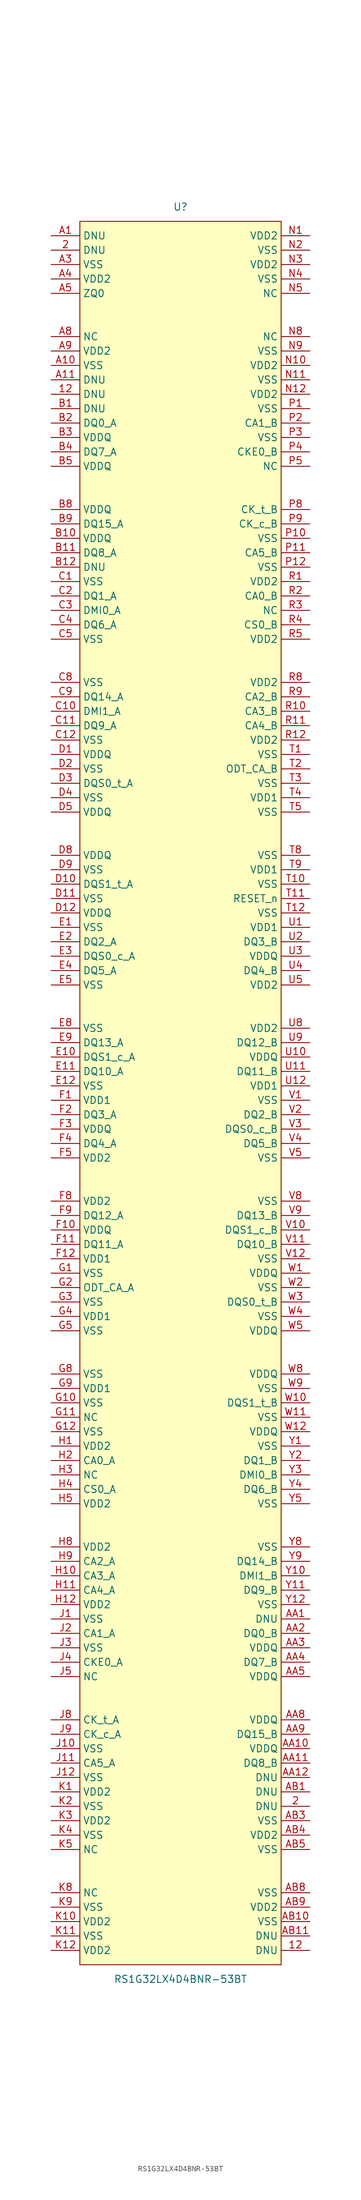
<source format=kicad_sym>
(kicad_symbol_lib
  (version 20241209)
  (generator "kicad_symbol_editor")
  (generator_version "9.0")
  (symbol "RS1G32LX4D4BNR-53BT"
    (property "Reference" "U"
      (at 0 157.48 0)
      (effects (font (size 1.27 1.27))))
    (property "Value" "RS1G32LX4D4BNR-53BT"
      (at 0 -154.94 0)
      (effects (font (size 1.27 1.27))))
    (symbol "RS1G32LX4D4BNR-53BT_0_1"
      (rectangle (start -17.78 154.94) (end 17.78 -152.4) (stroke (width 0) (type default)) (fill (type background)))
      (pin unspecified line (at -22.86 152.4 0) (length 5.08) (name "DNU" (effects (font (size 1.27 1.27)))) (number "A1" (effects (font (size 1.27 1.27)))))
      (pin unspecified line (at -22.86 149.86 0) (length 5.08) (name "DNU" (effects (font (size 1.27 1.27)))) (number "2" (effects (font (size 1.27 1.27)))))
      (pin unspecified line (at -22.86 147.32 0) (length 5.08) (name "VSS" (effects (font (size 1.27 1.27)))) (number "A3" (effects (font (size 1.27 1.27)))))
      (pin unspecified line (at -22.86 144.78 0) (length 5.08) (name "VDD2" (effects (font (size 1.27 1.27)))) (number "A4" (effects (font (size 1.27 1.27)))))
      (pin unspecified line (at -22.86 142.24 0) (length 5.08) (name "ZQ0" (effects (font (size 1.27 1.27)))) (number "A5" (effects (font (size 1.27 1.27)))))
      (pin unspecified line (at -22.86 134.62 0) (length 5.08) (name "NC" (effects (font (size 1.27 1.27)))) (number "A8" (effects (font (size 1.27 1.27)))))
      (pin unspecified line (at -22.86 132.08 0) (length 5.08) (name "VDD2" (effects (font (size 1.27 1.27)))) (number "A9" (effects (font (size 1.27 1.27)))))
      (pin unspecified line (at -22.86 129.54 0) (length 5.08) (name "VSS" (effects (font (size 1.27 1.27)))) (number "A10" (effects (font (size 1.27 1.27)))))
      (pin unspecified line (at -22.86 127 0) (length 5.08) (name "DNU" (effects (font (size 1.27 1.27)))) (number "A11" (effects (font (size 1.27 1.27)))))
      (pin unspecified line (at -22.86 124.46 0) (length 5.08) (name "DNU" (effects (font (size 1.27 1.27)))) (number "12" (effects (font (size 1.27 1.27)))))
      (pin unspecified line (at -22.86 121.92 0) (length 5.08) (name "DNU" (effects (font (size 1.27 1.27)))) (number "B1" (effects (font (size 1.27 1.27)))))
      (pin unspecified line (at -22.86 119.38 0) (length 5.08) (name "DQ0_A" (effects (font (size 1.27 1.27)))) (number "B2" (effects (font (size 1.27 1.27)))))
      (pin unspecified line (at -22.86 116.84 0) (length 5.08) (name "VDDQ" (effects (font (size 1.27 1.27)))) (number "B3" (effects (font (size 1.27 1.27)))))
      (pin unspecified line (at -22.86 114.3 0) (length 5.08) (name "DQ7_A" (effects (font (size 1.27 1.27)))) (number "B4" (effects (font (size 1.27 1.27)))))
      (pin unspecified line (at -22.86 111.76 0) (length 5.08) (name "VDDQ" (effects (font (size 1.27 1.27)))) (number "B5" (effects (font (size 1.27 1.27)))))
      (pin unspecified line (at -22.86 104.14 0) (length 5.08) (name "VDDQ" (effects (font (size 1.27 1.27)))) (number "B8" (effects (font (size 1.27 1.27)))))
      (pin unspecified line (at -22.86 101.6 0) (length 5.08) (name "DQ15_A" (effects (font (size 1.27 1.27)))) (number "B9" (effects (font (size 1.27 1.27)))))
      (pin unspecified line (at -22.86 99.06 0) (length 5.08) (name "VDDQ" (effects (font (size 1.27 1.27)))) (number "B10" (effects (font (size 1.27 1.27)))))
      (pin unspecified line (at -22.86 96.52 0) (length 5.08) (name "DQ8_A" (effects (font (size 1.27 1.27)))) (number "B11" (effects (font (size 1.27 1.27)))))
      (pin unspecified line (at -22.86 93.98 0) (length 5.08) (name "DNU" (effects (font (size 1.27 1.27)))) (number "B12" (effects (font (size 1.27 1.27)))))
      (pin unspecified line (at -22.86 91.44 0) (length 5.08) (name "VSS" (effects (font (size 1.27 1.27)))) (number "C1" (effects (font (size 1.27 1.27)))))
      (pin unspecified line (at -22.86 88.9 0) (length 5.08) (name "DQ1_A" (effects (font (size 1.27 1.27)))) (number "C2" (effects (font (size 1.27 1.27)))))
      (pin unspecified line (at -22.86 86.36 0) (length 5.08) (name "DMI0_A" (effects (font (size 1.27 1.27)))) (number "C3" (effects (font (size 1.27 1.27)))))
      (pin unspecified line (at -22.86 83.82 0) (length 5.08) (name "DQ6_A" (effects (font (size 1.27 1.27)))) (number "C4" (effects (font (size 1.27 1.27)))))
      (pin unspecified line (at -22.86 81.28 0) (length 5.08) (name "VSS" (effects (font (size 1.27 1.27)))) (number "C5" (effects (font (size 1.27 1.27)))))
      (pin unspecified line (at -22.86 73.66 0) (length 5.08) (name "VSS" (effects (font (size 1.27 1.27)))) (number "C8" (effects (font (size 1.27 1.27)))))
      (pin unspecified line (at -22.86 71.12 0) (length 5.08) (name "DQ14_A" (effects (font (size 1.27 1.27)))) (number "C9" (effects (font (size 1.27 1.27)))))
      (pin unspecified line (at -22.86 68.58 0) (length 5.08) (name "DMI1_A" (effects (font (size 1.27 1.27)))) (number "C10" (effects (font (size 1.27 1.27)))))
      (pin unspecified line (at -22.86 66.04 0) (length 5.08) (name "DQ9_A" (effects (font (size 1.27 1.27)))) (number "C11" (effects (font (size 1.27 1.27)))))
      (pin unspecified line (at -22.86 63.5 0) (length 5.08) (name "VSS" (effects (font (size 1.27 1.27)))) (number "C12" (effects (font (size 1.27 1.27)))))
      (pin unspecified line (at -22.86 60.96 0) (length 5.08) (name "VDDQ" (effects (font (size 1.27 1.27)))) (number "D1" (effects (font (size 1.27 1.27)))))
      (pin unspecified line (at -22.86 58.42 0) (length 5.08) (name "VSS" (effects (font (size 1.27 1.27)))) (number "D2" (effects (font (size 1.27 1.27)))))
      (pin unspecified line (at -22.86 55.88 0) (length 5.08) (name "DQS0_t_A" (effects (font (size 1.27 1.27)))) (number "D3" (effects (font (size 1.27 1.27)))))
      (pin unspecified line (at -22.86 53.34 0) (length 5.08) (name "VSS" (effects (font (size 1.27 1.27)))) (number "D4" (effects (font (size 1.27 1.27)))))
      (pin unspecified line (at -22.86 50.8 0) (length 5.08) (name "VDDQ" (effects (font (size 1.27 1.27)))) (number "D5" (effects (font (size 1.27 1.27)))))
      (pin unspecified line (at -22.86 43.18 0) (length 5.08) (name "VDDQ" (effects (font (size 1.27 1.27)))) (number "D8" (effects (font (size 1.27 1.27)))))
      (pin unspecified line (at -22.86 40.64 0) (length 5.08) (name "VSS" (effects (font (size 1.27 1.27)))) (number "D9" (effects (font (size 1.27 1.27)))))
      (pin unspecified line (at -22.86 38.1 0) (length 5.08) (name "DQS1_t_A" (effects (font (size 1.27 1.27)))) (number "D10" (effects (font (size 1.27 1.27)))))
      (pin unspecified line (at -22.86 35.56 0) (length 5.08) (name "VSS" (effects (font (size 1.27 1.27)))) (number "D11" (effects (font (size 1.27 1.27)))))
      (pin unspecified line (at -22.86 33.02 0) (length 5.08) (name "VDDQ" (effects (font (size 1.27 1.27)))) (number "D12" (effects (font (size 1.27 1.27)))))
      (pin unspecified line (at -22.86 30.48 0) (length 5.08) (name "VSS" (effects (font (size 1.27 1.27)))) (number "E1" (effects (font (size 1.27 1.27)))))
      (pin unspecified line (at -22.86 27.94 0) (length 5.08) (name "DQ2_A" (effects (font (size 1.27 1.27)))) (number "E2" (effects (font (size 1.27 1.27)))))
      (pin unspecified line (at -22.86 25.4 0) (length 5.08) (name "DQS0_c_A" (effects (font (size 1.27 1.27)))) (number "E3" (effects (font (size 1.27 1.27)))))
      (pin unspecified line (at -22.86 22.86 0) (length 5.08) (name "DQ5_A" (effects (font (size 1.27 1.27)))) (number "E4" (effects (font (size 1.27 1.27)))))
      (pin unspecified line (at -22.86 20.32 0) (length 5.08) (name "VSS" (effects (font (size 1.27 1.27)))) (number "E5" (effects (font (size 1.27 1.27)))))
      (pin unspecified line (at -22.86 12.7 0) (length 5.08) (name "VSS" (effects (font (size 1.27 1.27)))) (number "E8" (effects (font (size 1.27 1.27)))))
      (pin unspecified line (at -22.86 10.16 0) (length 5.08) (name "DQ13_A" (effects (font (size 1.27 1.27)))) (number "E9" (effects (font (size 1.27 1.27)))))
      (pin unspecified line (at -22.86 7.62 0) (length 5.08) (name "DQS1_c_A" (effects (font (size 1.27 1.27)))) (number "E10" (effects (font (size 1.27 1.27)))))
      (pin unspecified line (at -22.86 5.08 0) (length 5.08) (name "DQ10_A" (effects (font (size 1.27 1.27)))) (number "E11" (effects (font (size 1.27 1.27)))))
      (pin unspecified line (at -22.86 2.54 0) (length 5.08) (name "VSS" (effects (font (size 1.27 1.27)))) (number "E12" (effects (font (size 1.27 1.27)))))
      (pin unspecified line (at -22.86 0 0) (length 5.08) (name "VDD1" (effects (font (size 1.27 1.27)))) (number "F1" (effects (font (size 1.27 1.27)))))
      (pin unspecified line (at -22.86 -2.54 0) (length 5.08) (name "DQ3_A" (effects (font (size 1.27 1.27)))) (number "F2" (effects (font (size 1.27 1.27)))))
      (pin unspecified line (at -22.86 -5.08 0) (length 5.08) (name "VDDQ" (effects (font (size 1.27 1.27)))) (number "F3" (effects (font (size 1.27 1.27)))))
      (pin unspecified line (at -22.86 -7.62 0) (length 5.08) (name "DQ4_A" (effects (font (size 1.27 1.27)))) (number "F4" (effects (font (size 1.27 1.27)))))
      (pin unspecified line (at -22.86 -10.16 0) (length 5.08) (name "VDD2" (effects (font (size 1.27 1.27)))) (number "F5" (effects (font (size 1.27 1.27)))))
      (pin unspecified line (at -22.86 -17.78 0) (length 5.08) (name "VDD2" (effects (font (size 1.27 1.27)))) (number "F8" (effects (font (size 1.27 1.27)))))
      (pin unspecified line (at -22.86 -20.32 0) (length 5.08) (name "DQ12_A" (effects (font (size 1.27 1.27)))) (number "F9" (effects (font (size 1.27 1.27)))))
      (pin unspecified line (at -22.86 -22.86 0) (length 5.08) (name "VDDQ" (effects (font (size 1.27 1.27)))) (number "F10" (effects (font (size 1.27 1.27)))))
      (pin unspecified line (at -22.86 -25.4 0) (length 5.08) (name "DQ11_A" (effects (font (size 1.27 1.27)))) (number "F11" (effects (font (size 1.27 1.27)))))
      (pin unspecified line (at -22.86 -27.94 0) (length 5.08) (name "VDD1" (effects (font (size 1.27 1.27)))) (number "F12" (effects (font (size 1.27 1.27)))))
      (pin unspecified line (at -22.86 -30.48 0) (length 5.08) (name "VSS" (effects (font (size 1.27 1.27)))) (number "G1" (effects (font (size 1.27 1.27)))))
      (pin unspecified line (at -22.86 -33.02 0) (length 5.08) (name "ODT_CA_A" (effects (font (size 1.27 1.27)))) (number "G2" (effects (font (size 1.27 1.27)))))
      (pin unspecified line (at -22.86 -35.56 0) (length 5.08) (name "VSS" (effects (font (size 1.27 1.27)))) (number "G3" (effects (font (size 1.27 1.27)))))
      (pin unspecified line (at -22.86 -38.1 0) (length 5.08) (name "VDD1" (effects (font (size 1.27 1.27)))) (number "G4" (effects (font (size 1.27 1.27)))))
      (pin unspecified line (at -22.86 -40.64 0) (length 5.08) (name "VSS" (effects (font (size 1.27 1.27)))) (number "G5" (effects (font (size 1.27 1.27)))))
      (pin unspecified line (at -22.86 -48.26 0) (length 5.08) (name "VSS" (effects (font (size 1.27 1.27)))) (number "G8" (effects (font (size 1.27 1.27)))))
      (pin unspecified line (at -22.86 -50.8 0) (length 5.08) (name "VDD1" (effects (font (size 1.27 1.27)))) (number "G9" (effects (font (size 1.27 1.27)))))
      (pin unspecified line (at -22.86 -53.34 0) (length 5.08) (name "VSS" (effects (font (size 1.27 1.27)))) (number "G10" (effects (font (size 1.27 1.27)))))
      (pin unspecified line (at -22.86 -55.88 0) (length 5.08) (name "NC" (effects (font (size 1.27 1.27)))) (number "G11" (effects (font (size 1.27 1.27)))))
      (pin unspecified line (at -22.86 -58.42 0) (length 5.08) (name "VSS" (effects (font (size 1.27 1.27)))) (number "G12" (effects (font (size 1.27 1.27)))))
      (pin unspecified line (at -22.86 -60.96 0) (length 5.08) (name "VDD2" (effects (font (size 1.27 1.27)))) (number "H1" (effects (font (size 1.27 1.27)))))
      (pin unspecified line (at -22.86 -63.5 0) (length 5.08) (name "CA0_A" (effects (font (size 1.27 1.27)))) (number "H2" (effects (font (size 1.27 1.27)))))
      (pin unspecified line (at -22.86 -66.04 0) (length 5.08) (name "NC" (effects (font (size 1.27 1.27)))) (number "H3" (effects (font (size 1.27 1.27)))))
      (pin unspecified line (at -22.86 -68.58 0) (length 5.08) (name "CS0_A" (effects (font (size 1.27 1.27)))) (number "H4" (effects (font (size 1.27 1.27)))))
      (pin unspecified line (at -22.86 -71.12 0) (length 5.08) (name "VDD2" (effects (font (size 1.27 1.27)))) (number "H5" (effects (font (size 1.27 1.27)))))
      (pin unspecified line (at -22.86 -78.74 0) (length 5.08) (name "VDD2" (effects (font (size 1.27 1.27)))) (number "H8" (effects (font (size 1.27 1.27)))))
      (pin unspecified line (at -22.86 -81.28 0) (length 5.08) (name "CA2_A" (effects (font (size 1.27 1.27)))) (number "H9" (effects (font (size 1.27 1.27)))))
      (pin unspecified line (at -22.86 -83.82 0) (length 5.08) (name "CA3_A" (effects (font (size 1.27 1.27)))) (number "H10" (effects (font (size 1.27 1.27)))))
      (pin unspecified line (at -22.86 -86.36 0) (length 5.08) (name "CA4_A" (effects (font (size 1.27 1.27)))) (number "H11" (effects (font (size 1.27 1.27)))))
      (pin unspecified line (at -22.86 -88.9 0) (length 5.08) (name "VDD2" (effects (font (size 1.27 1.27)))) (number "H12" (effects (font (size 1.27 1.27)))))
      (pin unspecified line (at -22.86 -91.44 0) (length 5.08) (name "VSS" (effects (font (size 1.27 1.27)))) (number "J1" (effects (font (size 1.27 1.27)))))
      (pin unspecified line (at -22.86 -93.98 0) (length 5.08) (name "CA1_A" (effects (font (size 1.27 1.27)))) (number "J2" (effects (font (size 1.27 1.27)))))
      (pin unspecified line (at -22.86 -96.52 0) (length 5.08) (name "VSS" (effects (font (size 1.27 1.27)))) (number "J3" (effects (font (size 1.27 1.27)))))
      (pin unspecified line (at -22.86 -99.06 0) (length 5.08) (name "CKE0_A" (effects (font (size 1.27 1.27)))) (number "J4" (effects (font (size 1.27 1.27)))))
      (pin unspecified line (at -22.86 -101.6 0) (length 5.08) (name "NC" (effects (font (size 1.27 1.27)))) (number "J5" (effects (font (size 1.27 1.27)))))
      (pin unspecified line (at -22.86 -109.22 0) (length 5.08) (name "CK_t_A" (effects (font (size 1.27 1.27)))) (number "J8" (effects (font (size 1.27 1.27)))))
      (pin unspecified line (at -22.86 -111.76 0) (length 5.08) (name "CK_c_A" (effects (font (size 1.27 1.27)))) (number "J9" (effects (font (size 1.27 1.27)))))
      (pin unspecified line (at -22.86 -114.3 0) (length 5.08) (name "VSS" (effects (font (size 1.27 1.27)))) (number "J10" (effects (font (size 1.27 1.27)))))
      (pin unspecified line (at -22.86 -116.84 0) (length 5.08) (name "CA5_A" (effects (font (size 1.27 1.27)))) (number "J11" (effects (font (size 1.27 1.27)))))
      (pin unspecified line (at -22.86 -119.38 0) (length 5.08) (name "VSS" (effects (font (size 1.27 1.27)))) (number "J12" (effects (font (size 1.27 1.27)))))
      (pin unspecified line (at -22.86 -121.92 0) (length 5.08) (name "VDD2" (effects (font (size 1.27 1.27)))) (number "K1" (effects (font (size 1.27 1.27)))))
      (pin unspecified line (at -22.86 -124.46 0) (length 5.08) (name "VSS" (effects (font (size 1.27 1.27)))) (number "K2" (effects (font (size 1.27 1.27)))))
      (pin unspecified line (at -22.86 -127 0) (length 5.08) (name "VDD2" (effects (font (size 1.27 1.27)))) (number "K3" (effects (font (size 1.27 1.27)))))
      (pin unspecified line (at -22.86 -129.54 0) (length 5.08) (name "VSS" (effects (font (size 1.27 1.27)))) (number "K4" (effects (font (size 1.27 1.27)))))
      (pin unspecified line (at -22.86 -132.08 0) (length 5.08) (name "NC" (effects (font (size 1.27 1.27)))) (number "K5" (effects (font (size 1.27 1.27)))))
      (pin unspecified line (at -22.86 -139.7 0) (length 5.08) (name "NC" (effects (font (size 1.27 1.27)))) (number "K8" (effects (font (size 1.27 1.27)))))
      (pin unspecified line (at -22.86 -142.24 0) (length 5.08) (name "VSS" (effects (font (size 1.27 1.27)))) (number "K9" (effects (font (size 1.27 1.27)))))
      (pin unspecified line (at -22.86 -144.78 0) (length 5.08) (name "VDD2" (effects (font (size 1.27 1.27)))) (number "K10" (effects (font (size 1.27 1.27)))))
      (pin unspecified line (at -22.86 -147.32 0) (length 5.08) (name "VSS" (effects (font (size 1.27 1.27)))) (number "K11" (effects (font (size 1.27 1.27)))))
      (pin unspecified line (at -22.86 -149.86 0) (length 5.08) (name "VDD2" (effects (font (size 1.27 1.27)))) (number "K12" (effects (font (size 1.27 1.27)))))
      (pin unspecified line (at 22.86 152.4 180) (length 5.08) (name "VDD2" (effects (font (size 1.27 1.27)))) (number "N1" (effects (font (size 1.27 1.27)))))
      (pin unspecified line (at 22.86 149.86 180) (length 5.08) (name "VSS" (effects (font (size 1.27 1.27)))) (number "N2" (effects (font (size 1.27 1.27)))))
      (pin unspecified line (at 22.86 147.32 180) (length 5.08) (name "VDD2" (effects (font (size 1.27 1.27)))) (number "N3" (effects (font (size 1.27 1.27)))))
      (pin unspecified line (at 22.86 144.78 180) (length 5.08) (name "VSS" (effects (font (size 1.27 1.27)))) (number "N4" (effects (font (size 1.27 1.27)))))
      (pin unspecified line (at 22.86 142.24 180) (length 5.08) (name "NC" (effects (font (size 1.27 1.27)))) (number "N5" (effects (font (size 1.27 1.27)))))
      (pin unspecified line (at 22.86 134.62 180) (length 5.08) (name "NC" (effects (font (size 1.27 1.27)))) (number "N8" (effects (font (size 1.27 1.27)))))
      (pin unspecified line (at 22.86 132.08 180) (length 5.08) (name "VSS" (effects (font (size 1.27 1.27)))) (number "N9" (effects (font (size 1.27 1.27)))))
      (pin unspecified line (at 22.86 129.54 180) (length 5.08) (name "VDD2" (effects (font (size 1.27 1.27)))) (number "N10" (effects (font (size 1.27 1.27)))))
      (pin unspecified line (at 22.86 127 180) (length 5.08) (name "VSS" (effects (font (size 1.27 1.27)))) (number "N11" (effects (font (size 1.27 1.27)))))
      (pin unspecified line (at 22.86 124.46 180) (length 5.08) (name "VDD2" (effects (font (size 1.27 1.27)))) (number "N12" (effects (font (size 1.27 1.27)))))
      (pin unspecified line (at 22.86 121.92 180) (length 5.08) (name "VSS" (effects (font (size 1.27 1.27)))) (number "P1" (effects (font (size 1.27 1.27)))))
      (pin unspecified line (at 22.86 119.38 180) (length 5.08) (name "CA1_B" (effects (font (size 1.27 1.27)))) (number "P2" (effects (font (size 1.27 1.27)))))
      (pin unspecified line (at 22.86 116.84 180) (length 5.08) (name "VSS" (effects (font (size 1.27 1.27)))) (number "P3" (effects (font (size 1.27 1.27)))))
      (pin unspecified line (at 22.86 114.3 180) (length 5.08) (name "CKE0_B" (effects (font (size 1.27 1.27)))) (number "P4" (effects (font (size 1.27 1.27)))))
      (pin unspecified line (at 22.86 111.76 180) (length 5.08) (name "NC" (effects (font (size 1.27 1.27)))) (number "P5" (effects (font (size 1.27 1.27)))))
      (pin unspecified line (at 22.86 104.14 180) (length 5.08) (name "CK_t_B" (effects (font (size 1.27 1.27)))) (number "P8" (effects (font (size 1.27 1.27)))))
      (pin unspecified line (at 22.86 101.6 180) (length 5.08) (name "CK_c_B" (effects (font (size 1.27 1.27)))) (number "P9" (effects (font (size 1.27 1.27)))))
      (pin unspecified line (at 22.86 99.06 180) (length 5.08) (name "VSS" (effects (font (size 1.27 1.27)))) (number "P10" (effects (font (size 1.27 1.27)))))
      (pin unspecified line (at 22.86 96.52 180) (length 5.08) (name "CA5_B" (effects (font (size 1.27 1.27)))) (number "P11" (effects (font (size 1.27 1.27)))))
      (pin unspecified line (at 22.86 93.98 180) (length 5.08) (name "VSS" (effects (font (size 1.27 1.27)))) (number "P12" (effects (font (size 1.27 1.27)))))
      (pin unspecified line (at 22.86 91.44 180) (length 5.08) (name "VDD2" (effects (font (size 1.27 1.27)))) (number "R1" (effects (font (size 1.27 1.27)))))
      (pin unspecified line (at 22.86 88.9 180) (length 5.08) (name "CA0_B" (effects (font (size 1.27 1.27)))) (number "R2" (effects (font (size 1.27 1.27)))))
      (pin unspecified line (at 22.86 86.36 180) (length 5.08) (name "NC" (effects (font (size 1.27 1.27)))) (number "R3" (effects (font (size 1.27 1.27)))))
      (pin unspecified line (at 22.86 83.82 180) (length 5.08) (name "CS0_B" (effects (font (size 1.27 1.27)))) (number "R4" (effects (font (size 1.27 1.27)))))
      (pin unspecified line (at 22.86 81.28 180) (length 5.08) (name "VDD2" (effects (font (size 1.27 1.27)))) (number "R5" (effects (font (size 1.27 1.27)))))
      (pin unspecified line (at 22.86 73.66 180) (length 5.08) (name "VDD2" (effects (font (size 1.27 1.27)))) (number "R8" (effects (font (size 1.27 1.27)))))
      (pin unspecified line (at 22.86 71.12 180) (length 5.08) (name "CA2_B" (effects (font (size 1.27 1.27)))) (number "R9" (effects (font (size 1.27 1.27)))))
      (pin unspecified line (at 22.86 68.58 180) (length 5.08) (name "CA3_B" (effects (font (size 1.27 1.27)))) (number "R10" (effects (font (size 1.27 1.27)))))
      (pin unspecified line (at 22.86 66.04 180) (length 5.08) (name "CA4_B" (effects (font (size 1.27 1.27)))) (number "R11" (effects (font (size 1.27 1.27)))))
      (pin unspecified line (at 22.86 63.5 180) (length 5.08) (name "VDD2" (effects (font (size 1.27 1.27)))) (number "R12" (effects (font (size 1.27 1.27)))))
      (pin unspecified line (at 22.86 60.96 180) (length 5.08) (name "VSS" (effects (font (size 1.27 1.27)))) (number "T1" (effects (font (size 1.27 1.27)))))
      (pin unspecified line (at 22.86 58.42 180) (length 5.08) (name "ODT_CA_B" (effects (font (size 1.27 1.27)))) (number "T2" (effects (font (size 1.27 1.27)))))
      (pin unspecified line (at 22.86 55.88 180) (length 5.08) (name "VSS" (effects (font (size 1.27 1.27)))) (number "T3" (effects (font (size 1.27 1.27)))))
      (pin unspecified line (at 22.86 53.34 180) (length 5.08) (name "VDD1" (effects (font (size 1.27 1.27)))) (number "T4" (effects (font (size 1.27 1.27)))))
      (pin unspecified line (at 22.86 50.8 180) (length 5.08) (name "VSS" (effects (font (size 1.27 1.27)))) (number "T5" (effects (font (size 1.27 1.27)))))
      (pin unspecified line (at 22.86 43.18 180) (length 5.08) (name "VSS" (effects (font (size 1.27 1.27)))) (number "T8" (effects (font (size 1.27 1.27)))))
      (pin unspecified line (at 22.86 40.64 180) (length 5.08) (name "VDD1" (effects (font (size 1.27 1.27)))) (number "T9" (effects (font (size 1.27 1.27)))))
      (pin unspecified line (at 22.86 38.1 180) (length 5.08) (name "VSS" (effects (font (size 1.27 1.27)))) (number "T10" (effects (font (size 1.27 1.27)))))
      (pin unspecified line (at 22.86 35.56 180) (length 5.08) (name "RESET_n" (effects (font (size 1.27 1.27)))) (number "T11" (effects (font (size 1.27 1.27)))))
      (pin unspecified line (at 22.86 33.02 180) (length 5.08) (name "VSS" (effects (font (size 1.27 1.27)))) (number "T12" (effects (font (size 1.27 1.27)))))
      (pin unspecified line (at 22.86 30.48 180) (length 5.08) (name "VDD1" (effects (font (size 1.27 1.27)))) (number "U1" (effects (font (size 1.27 1.27)))))
      (pin unspecified line (at 22.86 27.94 180) (length 5.08) (name "DQ3_B" (effects (font (size 1.27 1.27)))) (number "U2" (effects (font (size 1.27 1.27)))))
      (pin unspecified line (at 22.86 25.4 180) (length 5.08) (name "VDDQ" (effects (font (size 1.27 1.27)))) (number "U3" (effects (font (size 1.27 1.27)))))
      (pin unspecified line (at 22.86 22.86 180) (length 5.08) (name "DQ4_B" (effects (font (size 1.27 1.27)))) (number "U4" (effects (font (size 1.27 1.27)))))
      (pin unspecified line (at 22.86 20.32 180) (length 5.08) (name "VDD2" (effects (font (size 1.27 1.27)))) (number "U5" (effects (font (size 1.27 1.27)))))
      (pin unspecified line (at 22.86 12.7 180) (length 5.08) (name "VDD2" (effects (font (size 1.27 1.27)))) (number "U8" (effects (font (size 1.27 1.27)))))
      (pin unspecified line (at 22.86 10.16 180) (length 5.08) (name "DQ12_B" (effects (font (size 1.27 1.27)))) (number "U9" (effects (font (size 1.27 1.27)))))
      (pin unspecified line (at 22.86 7.62 180) (length 5.08) (name "VDDQ" (effects (font (size 1.27 1.27)))) (number "U10" (effects (font (size 1.27 1.27)))))
      (pin unspecified line (at 22.86 5.08 180) (length 5.08) (name "DQ11_B" (effects (font (size 1.27 1.27)))) (number "U11" (effects (font (size 1.27 1.27)))))
      (pin unspecified line (at 22.86 2.54 180) (length 5.08) (name "VDD1" (effects (font (size 1.27 1.27)))) (number "U12" (effects (font (size 1.27 1.27)))))
      (pin unspecified line (at 22.86 0 180) (length 5.08) (name "VSS" (effects (font (size 1.27 1.27)))) (number "V1" (effects (font (size 1.27 1.27)))))
      (pin unspecified line (at 22.86 -2.54 180) (length 5.08) (name "DQ2_B" (effects (font (size 1.27 1.27)))) (number "V2" (effects (font (size 1.27 1.27)))))
      (pin unspecified line (at 22.86 -5.08 180) (length 5.08) (name "DQS0_c_B" (effects (font (size 1.27 1.27)))) (number "V3" (effects (font (size 1.27 1.27)))))
      (pin unspecified line (at 22.86 -7.62 180) (length 5.08) (name "DQ5_B" (effects (font (size 1.27 1.27)))) (number "V4" (effects (font (size 1.27 1.27)))))
      (pin unspecified line (at 22.86 -10.16 180) (length 5.08) (name "VSS" (effects (font (size 1.27 1.27)))) (number "V5" (effects (font (size 1.27 1.27)))))
      (pin unspecified line (at 22.86 -17.78 180) (length 5.08) (name "VSS" (effects (font (size 1.27 1.27)))) (number "V8" (effects (font (size 1.27 1.27)))))
      (pin unspecified line (at 22.86 -20.32 180) (length 5.08) (name "DQ13_B" (effects (font (size 1.27 1.27)))) (number "V9" (effects (font (size 1.27 1.27)))))
      (pin unspecified line (at 22.86 -22.86 180) (length 5.08) (name "DQS1_c_B" (effects (font (size 1.27 1.27)))) (number "V10" (effects (font (size 1.27 1.27)))))
      (pin unspecified line (at 22.86 -25.4 180) (length 5.08) (name "DQ10_B" (effects (font (size 1.27 1.27)))) (number "V11" (effects (font (size 1.27 1.27)))))
      (pin unspecified line (at 22.86 -27.94 180) (length 5.08) (name "VSS" (effects (font (size 1.27 1.27)))) (number "V12" (effects (font (size 1.27 1.27)))))
      (pin unspecified line (at 22.86 -30.48 180) (length 5.08) (name "VDDQ" (effects (font (size 1.27 1.27)))) (number "W1" (effects (font (size 1.27 1.27)))))
      (pin unspecified line (at 22.86 -33.02 180) (length 5.08) (name "VSS" (effects (font (size 1.27 1.27)))) (number "W2" (effects (font (size 1.27 1.27)))))
      (pin unspecified line (at 22.86 -35.56 180) (length 5.08) (name "DQS0_t_B" (effects (font (size 1.27 1.27)))) (number "W3" (effects (font (size 1.27 1.27)))))
      (pin unspecified line (at 22.86 -38.1 180) (length 5.08) (name "VSS" (effects (font (size 1.27 1.27)))) (number "W4" (effects (font (size 1.27 1.27)))))
      (pin unspecified line (at 22.86 -40.64 180) (length 5.08) (name "VDDQ" (effects (font (size 1.27 1.27)))) (number "W5" (effects (font (size 1.27 1.27)))))
      (pin unspecified line (at 22.86 -48.26 180) (length 5.08) (name "VDDQ" (effects (font (size 1.27 1.27)))) (number "W8" (effects (font (size 1.27 1.27)))))
      (pin unspecified line (at 22.86 -50.8 180) (length 5.08) (name "VSS" (effects (font (size 1.27 1.27)))) (number "W9" (effects (font (size 1.27 1.27)))))
      (pin unspecified line (at 22.86 -53.34 180) (length 5.08) (name "DQS1_t_B" (effects (font (size 1.27 1.27)))) (number "W10" (effects (font (size 1.27 1.27)))))
      (pin unspecified line (at 22.86 -55.88 180) (length 5.08) (name "VSS" (effects (font (size 1.27 1.27)))) (number "W11" (effects (font (size 1.27 1.27)))))
      (pin unspecified line (at 22.86 -58.42 180) (length 5.08) (name "VDDQ" (effects (font (size 1.27 1.27)))) (number "W12" (effects (font (size 1.27 1.27)))))
      (pin unspecified line (at 22.86 -60.96 180) (length 5.08) (name "VSS" (effects (font (size 1.27 1.27)))) (number "Y1" (effects (font (size 1.27 1.27)))))
      (pin unspecified line (at 22.86 -63.5 180) (length 5.08) (name "DQ1_B" (effects (font (size 1.27 1.27)))) (number "Y2" (effects (font (size 1.27 1.27)))))
      (pin unspecified line (at 22.86 -66.04 180) (length 5.08) (name "DMI0_B" (effects (font (size 1.27 1.27)))) (number "Y3" (effects (font (size 1.27 1.27)))))
      (pin unspecified line (at 22.86 -68.58 180) (length 5.08) (name "DQ6_B" (effects (font (size 1.27 1.27)))) (number "Y4" (effects (font (size 1.27 1.27)))))
      (pin unspecified line (at 22.86 -71.12 180) (length 5.08) (name "VSS" (effects (font (size 1.27 1.27)))) (number "Y5" (effects (font (size 1.27 1.27)))))
      (pin unspecified line (at 22.86 -78.74 180) (length 5.08) (name "VSS" (effects (font (size 1.27 1.27)))) (number "Y8" (effects (font (size 1.27 1.27)))))
      (pin unspecified line (at 22.86 -81.28 180) (length 5.08) (name "DQ14_B" (effects (font (size 1.27 1.27)))) (number "Y9" (effects (font (size 1.27 1.27)))))
      (pin unspecified line (at 22.86 -83.82 180) (length 5.08) (name "DMI1_B" (effects (font (size 1.27 1.27)))) (number "Y10" (effects (font (size 1.27 1.27)))))
      (pin unspecified line (at 22.86 -86.36 180) (length 5.08) (name "DQ9_B" (effects (font (size 1.27 1.27)))) (number "Y11" (effects (font (size 1.27 1.27)))))
      (pin unspecified line (at 22.86 -88.9 180) (length 5.08) (name "VSS" (effects (font (size 1.27 1.27)))) (number "Y12" (effects (font (size 1.27 1.27)))))
      (pin unspecified line (at 22.86 -91.44 180) (length 5.08) (name "DNU" (effects (font (size 1.27 1.27)))) (number "AA1" (effects (font (size 1.27 1.27)))))
      (pin unspecified line (at 22.86 -93.98 180) (length 5.08) (name "DQ0_B" (effects (font (size 1.27 1.27)))) (number "AA2" (effects (font (size 1.27 1.27)))))
      (pin unspecified line (at 22.86 -96.52 180) (length 5.08) (name "VDDQ" (effects (font (size 1.27 1.27)))) (number "AA3" (effects (font (size 1.27 1.27)))))
      (pin unspecified line (at 22.86 -99.06 180) (length 5.08) (name "DQ7_B" (effects (font (size 1.27 1.27)))) (number "AA4" (effects (font (size 1.27 1.27)))))
      (pin unspecified line (at 22.86 -101.6 180) (length 5.08) (name "VDDQ" (effects (font (size 1.27 1.27)))) (number "AA5" (effects (font (size 1.27 1.27)))))
      (pin unspecified line (at 22.86 -109.22 180) (length 5.08) (name "VDDQ" (effects (font (size 1.27 1.27)))) (number "AA8" (effects (font (size 1.27 1.27)))))
      (pin unspecified line (at 22.86 -111.76 180) (length 5.08) (name "DQ15_B" (effects (font (size 1.27 1.27)))) (number "AA9" (effects (font (size 1.27 1.27)))))
      (pin unspecified line (at 22.86 -114.3 180) (length 5.08) (name "VDDQ" (effects (font (size 1.27 1.27)))) (number "AA10" (effects (font (size 1.27 1.27)))))
      (pin unspecified line (at 22.86 -116.84 180) (length 5.08) (name "DQ8_B" (effects (font (size 1.27 1.27)))) (number "AA11" (effects (font (size 1.27 1.27)))))
      (pin unspecified line (at 22.86 -119.38 180) (length 5.08) (name "DNU" (effects (font (size 1.27 1.27)))) (number "AA12" (effects (font (size 1.27 1.27)))))
      (pin unspecified line (at 22.86 -121.92 180) (length 5.08) (name "DNU" (effects (font (size 1.27 1.27)))) (number "AB1" (effects (font (size 1.27 1.27)))))
      (pin unspecified line (at 22.86 -124.46 180) (length 5.08) (name "DNU" (effects (font (size 1.27 1.27)))) (number "2" (effects (font (size 1.27 1.27)))))
      (pin unspecified line (at 22.86 -127 180) (length 5.08) (name "VSS" (effects (font (size 1.27 1.27)))) (number "AB3" (effects (font (size 1.27 1.27)))))
      (pin unspecified line (at 22.86 -129.54 180) (length 5.08) (name "VDD2" (effects (font (size 1.27 1.27)))) (number "AB4" (effects (font (size 1.27 1.27)))))
      (pin unspecified line (at 22.86 -132.08 180) (length 5.08) (name "VSS" (effects (font (size 1.27 1.27)))) (number "AB5" (effects (font (size 1.27 1.27)))))
      (pin unspecified line (at 22.86 -139.7 180) (length 5.08) (name "VSS" (effects (font (size 1.27 1.27)))) (number "AB8" (effects (font (size 1.27 1.27)))))
      (pin unspecified line (at 22.86 -142.24 180) (length 5.08) (name "VDD2" (effects (font (size 1.27 1.27)))) (number "AB9" (effects (font (size 1.27 1.27)))))
      (pin unspecified line (at 22.86 -144.78 180) (length 5.08) (name "VSS" (effects (font (size 1.27 1.27)))) (number "AB10" (effects (font (size 1.27 1.27)))))
      (pin unspecified line (at 22.86 -147.32 180) (length 5.08) (name "DNU" (effects (font (size 1.27 1.27)))) (number "AB11" (effects (font (size 1.27 1.27)))))
      (pin unspecified line (at 22.86 -149.86 180) (length 5.08) (name "DNU" (effects (font (size 1.27 1.27)))) (number "12" (effects (font (size 1.27 1.27))))))))
</source>
